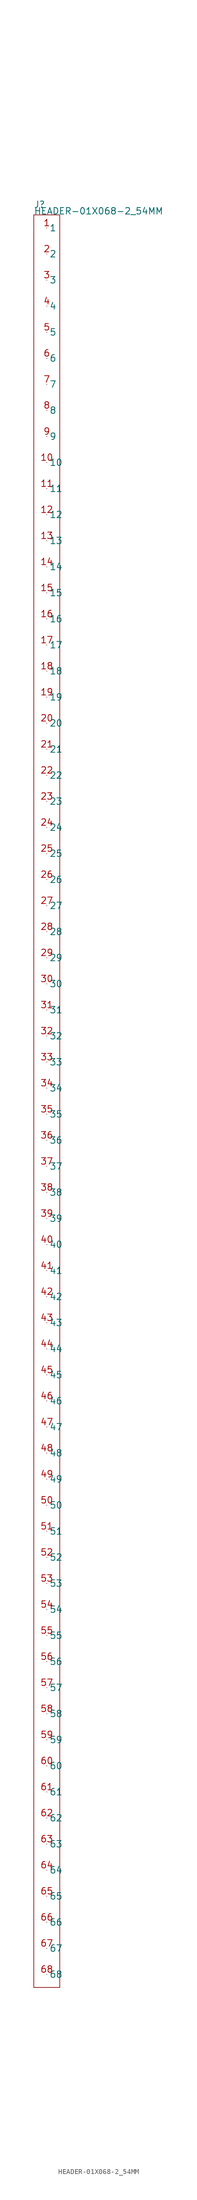
<source format=kicad_sym>
(kicad_symbol_lib
  (version 20211014)
  (generator kicad_symbol_editor)
  (symbol "HEADER-01X068-2_54MM"
    (pin_names)
    (property "Reference" "J"
      (at -2.54 173.99 0)
      (effects (font (size 1.27 1.27)) (justify left bottom)))
    (property "Value" "HEADER-01X068-2_54MM"
      (at -2.54 172.72 0)
      (effects (font (size 1.27 1.27)) (justify left bottom)))
    (property "Datasheet" ""
      (at 0 0 0))
    (property "ki_description" "Header 1x68  - Header Vertical 68POS 2.54MM Technical Specifications: Pitch: 0.1\" (2.54mm) "
      (at 0 0 0))
    (property "ki_fp_filters" "FlashPCB_Connectors:HEADER-THT-01X068-2_54MM FlashPCB_Connectors:HEADER-THT-LONG-01X068-2_54MM FlashPCB_Connectors:HEADER-THT-NOSILK-01X068-2_54MM FlashPCB_Connectors:HEADER-THT-LONG-NOSILK-01X068-2_54MM"
      (at 0 0 0))
    (symbol "HEADER-01X068-2_54MM_1_1"
      (polyline (pts (xy -2.54 172.72) (xy 2.54 172.72)) (stroke (width 0.127)) (fill (type none)))
      (polyline (pts (xy 2.54 172.72) (xy 2.54 -172.72)) (stroke (width 0.127)) (fill (type none)))
      (polyline (pts (xy 2.54 -172.72) (xy -2.54 -172.72)) (stroke (width 0.127)) (fill (type none)))
      (polyline (pts (xy -2.54 -172.72) (xy -2.54 172.72)) (stroke (width 0.127)) (fill (type none)))
      (pin bidirectional line (at 0 170.18 0) (length 0) (name "1" (effects (font (size 1.27 1.27)))) (number "1" (effects (font (size 1.27 1.27)))))
      (pin bidirectional line (at 0 165.1 0) (length 0) (name "2" (effects (font (size 1.27 1.27)))) (number "2" (effects (font (size 1.27 1.27)))))
      (pin bidirectional line (at 0 160.02 0) (length 0) (name "3" (effects (font (size 1.27 1.27)))) (number "3" (effects (font (size 1.27 1.27)))))
      (pin bidirectional line (at 0 154.94 0) (length 0) (name "4" (effects (font (size 1.27 1.27)))) (number "4" (effects (font (size 1.27 1.27)))))
      (pin bidirectional line (at 0 149.86 0) (length 0) (name "5" (effects (font (size 1.27 1.27)))) (number "5" (effects (font (size 1.27 1.27)))))
      (pin bidirectional line (at 0 144.78 0) (length 0) (name "6" (effects (font (size 1.27 1.27)))) (number "6" (effects (font (size 1.27 1.27)))))
      (pin bidirectional line (at 0 139.7 0) (length 0) (name "7" (effects (font (size 1.27 1.27)))) (number "7" (effects (font (size 1.27 1.27)))))
      (pin bidirectional line (at 0 134.62 0) (length 0) (name "8" (effects (font (size 1.27 1.27)))) (number "8" (effects (font (size 1.27 1.27)))))
      (pin bidirectional line (at 0 129.54 0) (length 0) (name "9" (effects (font (size 1.27 1.27)))) (number "9" (effects (font (size 1.27 1.27)))))
      (pin bidirectional line (at 0 124.46 0) (length 0) (name "10" (effects (font (size 1.27 1.27)))) (number "10" (effects (font (size 1.27 1.27)))))
      (pin bidirectional line (at 0 119.38 0) (length 0) (name "11" (effects (font (size 1.27 1.27)))) (number "11" (effects (font (size 1.27 1.27)))))
      (pin bidirectional line (at 0 114.3 0) (length 0) (name "12" (effects (font (size 1.27 1.27)))) (number "12" (effects (font (size 1.27 1.27)))))
      (pin bidirectional line (at 0 109.22 0) (length 0) (name "13" (effects (font (size 1.27 1.27)))) (number "13" (effects (font (size 1.27 1.27)))))
      (pin bidirectional line (at 0 104.14 0) (length 0) (name "14" (effects (font (size 1.27 1.27)))) (number "14" (effects (font (size 1.27 1.27)))))
      (pin bidirectional line (at 0 99.06 0) (length 0) (name "15" (effects (font (size 1.27 1.27)))) (number "15" (effects (font (size 1.27 1.27)))))
      (pin bidirectional line (at 0 93.98 0) (length 0) (name "16" (effects (font (size 1.27 1.27)))) (number "16" (effects (font (size 1.27 1.27)))))
      (pin bidirectional line (at 0 88.9 0) (length 0) (name "17" (effects (font (size 1.27 1.27)))) (number "17" (effects (font (size 1.27 1.27)))))
      (pin bidirectional line (at 0 83.82 0) (length 0) (name "18" (effects (font (size 1.27 1.27)))) (number "18" (effects (font (size 1.27 1.27)))))
      (pin bidirectional line (at 0 78.74 0) (length 0) (name "19" (effects (font (size 1.27 1.27)))) (number "19" (effects (font (size 1.27 1.27)))))
      (pin bidirectional line (at 0 73.66 0) (length 0) (name "20" (effects (font (size 1.27 1.27)))) (number "20" (effects (font (size 1.27 1.27)))))
      (pin bidirectional line (at 0 68.58 0) (length 0) (name "21" (effects (font (size 1.27 1.27)))) (number "21" (effects (font (size 1.27 1.27)))))
      (pin bidirectional line (at 0 63.5 0) (length 0) (name "22" (effects (font (size 1.27 1.27)))) (number "22" (effects (font (size 1.27 1.27)))))
      (pin bidirectional line (at 0 58.42 0) (length 0) (name "23" (effects (font (size 1.27 1.27)))) (number "23" (effects (font (size 1.27 1.27)))))
      (pin bidirectional line (at 0 53.34 0) (length 0) (name "24" (effects (font (size 1.27 1.27)))) (number "24" (effects (font (size 1.27 1.27)))))
      (pin bidirectional line (at 0 48.26 0) (length 0) (name "25" (effects (font (size 1.27 1.27)))) (number "25" (effects (font (size 1.27 1.27)))))
      (pin bidirectional line (at 0 43.18 0) (length 0) (name "26" (effects (font (size 1.27 1.27)))) (number "26" (effects (font (size 1.27 1.27)))))
      (pin bidirectional line (at 0 38.1 0) (length 0) (name "27" (effects (font (size 1.27 1.27)))) (number "27" (effects (font (size 1.27 1.27)))))
      (pin bidirectional line (at 0 33.02 0) (length 0) (name "28" (effects (font (size 1.27 1.27)))) (number "28" (effects (font (size 1.27 1.27)))))
      (pin bidirectional line (at 0 27.94 0) (length 0) (name "29" (effects (font (size 1.27 1.27)))) (number "29" (effects (font (size 1.27 1.27)))))
      (pin bidirectional line (at 0 22.86 0) (length 0) (name "30" (effects (font (size 1.27 1.27)))) (number "30" (effects (font (size 1.27 1.27)))))
      (pin bidirectional line (at 0 17.78 0) (length 0) (name "31" (effects (font (size 1.27 1.27)))) (number "31" (effects (font (size 1.27 1.27)))))
      (pin bidirectional line (at 0 12.7 0) (length 0) (name "32" (effects (font (size 1.27 1.27)))) (number "32" (effects (font (size 1.27 1.27)))))
      (pin bidirectional line (at 0 7.62 0) (length 0) (name "33" (effects (font (size 1.27 1.27)))) (number "33" (effects (font (size 1.27 1.27)))))
      (pin bidirectional line (at 0 2.54 0) (length 0) (name "34" (effects (font (size 1.27 1.27)))) (number "34" (effects (font (size 1.27 1.27)))))
      (pin bidirectional line (at 0 -2.54 0) (length 0) (name "35" (effects (font (size 1.27 1.27)))) (number "35" (effects (font (size 1.27 1.27)))))
      (pin bidirectional line (at 0 -7.62 0) (length 0) (name "36" (effects (font (size 1.27 1.27)))) (number "36" (effects (font (size 1.27 1.27)))))
      (pin bidirectional line (at 0 -12.7 0) (length 0) (name "37" (effects (font (size 1.27 1.27)))) (number "37" (effects (font (size 1.27 1.27)))))
      (pin bidirectional line (at 0 -17.78 0) (length 0) (name "38" (effects (font (size 1.27 1.27)))) (number "38" (effects (font (size 1.27 1.27)))))
      (pin bidirectional line (at 0 -22.86 0) (length 0) (name "39" (effects (font (size 1.27 1.27)))) (number "39" (effects (font (size 1.27 1.27)))))
      (pin bidirectional line (at 0 -27.94 0) (length 0) (name "40" (effects (font (size 1.27 1.27)))) (number "40" (effects (font (size 1.27 1.27)))))
      (pin bidirectional line (at 0 -33.02 0) (length 0) (name "41" (effects (font (size 1.27 1.27)))) (number "41" (effects (font (size 1.27 1.27)))))
      (pin bidirectional line (at 0 -38.1 0) (length 0) (name "42" (effects (font (size 1.27 1.27)))) (number "42" (effects (font (size 1.27 1.27)))))
      (pin bidirectional line (at 0 -43.18 0) (length 0) (name "43" (effects (font (size 1.27 1.27)))) (number "43" (effects (font (size 1.27 1.27)))))
      (pin bidirectional line (at 0 -48.26 0) (length 0) (name "44" (effects (font (size 1.27 1.27)))) (number "44" (effects (font (size 1.27 1.27)))))
      (pin bidirectional line (at 0 -53.34 0) (length 0) (name "45" (effects (font (size 1.27 1.27)))) (number "45" (effects (font (size 1.27 1.27)))))
      (pin bidirectional line (at 0 -58.42 0) (length 0) (name "46" (effects (font (size 1.27 1.27)))) (number "46" (effects (font (size 1.27 1.27)))))
      (pin bidirectional line (at 0 -63.5 0) (length 0) (name "47" (effects (font (size 1.27 1.27)))) (number "47" (effects (font (size 1.27 1.27)))))
      (pin bidirectional line (at 0 -68.58 0) (length 0) (name "48" (effects (font (size 1.27 1.27)))) (number "48" (effects (font (size 1.27 1.27)))))
      (pin bidirectional line (at 0 -73.66 0) (length 0) (name "49" (effects (font (size 1.27 1.27)))) (number "49" (effects (font (size 1.27 1.27)))))
      (pin bidirectional line (at 0 -78.74 0) (length 0) (name "50" (effects (font (size 1.27 1.27)))) (number "50" (effects (font (size 1.27 1.27)))))
      (pin bidirectional line (at 0 -83.82 0) (length 0) (name "51" (effects (font (size 1.27 1.27)))) (number "51" (effects (font (size 1.27 1.27)))))
      (pin bidirectional line (at 0 -88.9 0) (length 0) (name "52" (effects (font (size 1.27 1.27)))) (number "52" (effects (font (size 1.27 1.27)))))
      (pin bidirectional line (at 0 -93.98 0) (length 0) (name "53" (effects (font (size 1.27 1.27)))) (number "53" (effects (font (size 1.27 1.27)))))
      (pin bidirectional line (at 0 -99.06 0) (length 0) (name "54" (effects (font (size 1.27 1.27)))) (number "54" (effects (font (size 1.27 1.27)))))
      (pin bidirectional line (at 0 -104.14 0) (length 0) (name "55" (effects (font (size 1.27 1.27)))) (number "55" (effects (font (size 1.27 1.27)))))
      (pin bidirectional line (at 0 -109.22 0) (length 0) (name "56" (effects (font (size 1.27 1.27)))) (number "56" (effects (font (size 1.27 1.27)))))
      (pin bidirectional line (at 0 -114.3 0) (length 0) (name "57" (effects (font (size 1.27 1.27)))) (number "57" (effects (font (size 1.27 1.27)))))
      (pin bidirectional line (at 0 -119.38 0) (length 0) (name "58" (effects (font (size 1.27 1.27)))) (number "58" (effects (font (size 1.27 1.27)))))
      (pin bidirectional line (at 0 -124.46 0) (length 0) (name "59" (effects (font (size 1.27 1.27)))) (number "59" (effects (font (size 1.27 1.27)))))
      (pin bidirectional line (at 0 -129.54 0) (length 0) (name "60" (effects (font (size 1.27 1.27)))) (number "60" (effects (font (size 1.27 1.27)))))
      (pin bidirectional line (at 0 -134.62 0) (length 0) (name "61" (effects (font (size 1.27 1.27)))) (number "61" (effects (font (size 1.27 1.27)))))
      (pin bidirectional line (at 0 -139.7 0) (length 0) (name "62" (effects (font (size 1.27 1.27)))) (number "62" (effects (font (size 1.27 1.27)))))
      (pin bidirectional line (at 0 -144.78 0) (length 0) (name "63" (effects (font (size 1.27 1.27)))) (number "63" (effects (font (size 1.27 1.27)))))
      (pin bidirectional line (at 0 -149.86 0) (length 0) (name "64" (effects (font (size 1.27 1.27)))) (number "64" (effects (font (size 1.27 1.27)))))
      (pin bidirectional line (at 0 -154.94 0) (length 0) (name "65" (effects (font (size 1.27 1.27)))) (number "65" (effects (font (size 1.27 1.27)))))
      (pin bidirectional line (at 0 -160.02 0) (length 0) (name "66" (effects (font (size 1.27 1.27)))) (number "66" (effects (font (size 1.27 1.27)))))
      (pin bidirectional line (at 0 -165.1 0) (length 0) (name "67" (effects (font (size 1.27 1.27)))) (number "67" (effects (font (size 1.27 1.27)))))
      (pin bidirectional line (at 0 -170.18 0) (length 0) (name "68" (effects (font (size 1.27 1.27)))) (number "68" (effects (font (size 1.27 1.27))))))))
</source>
